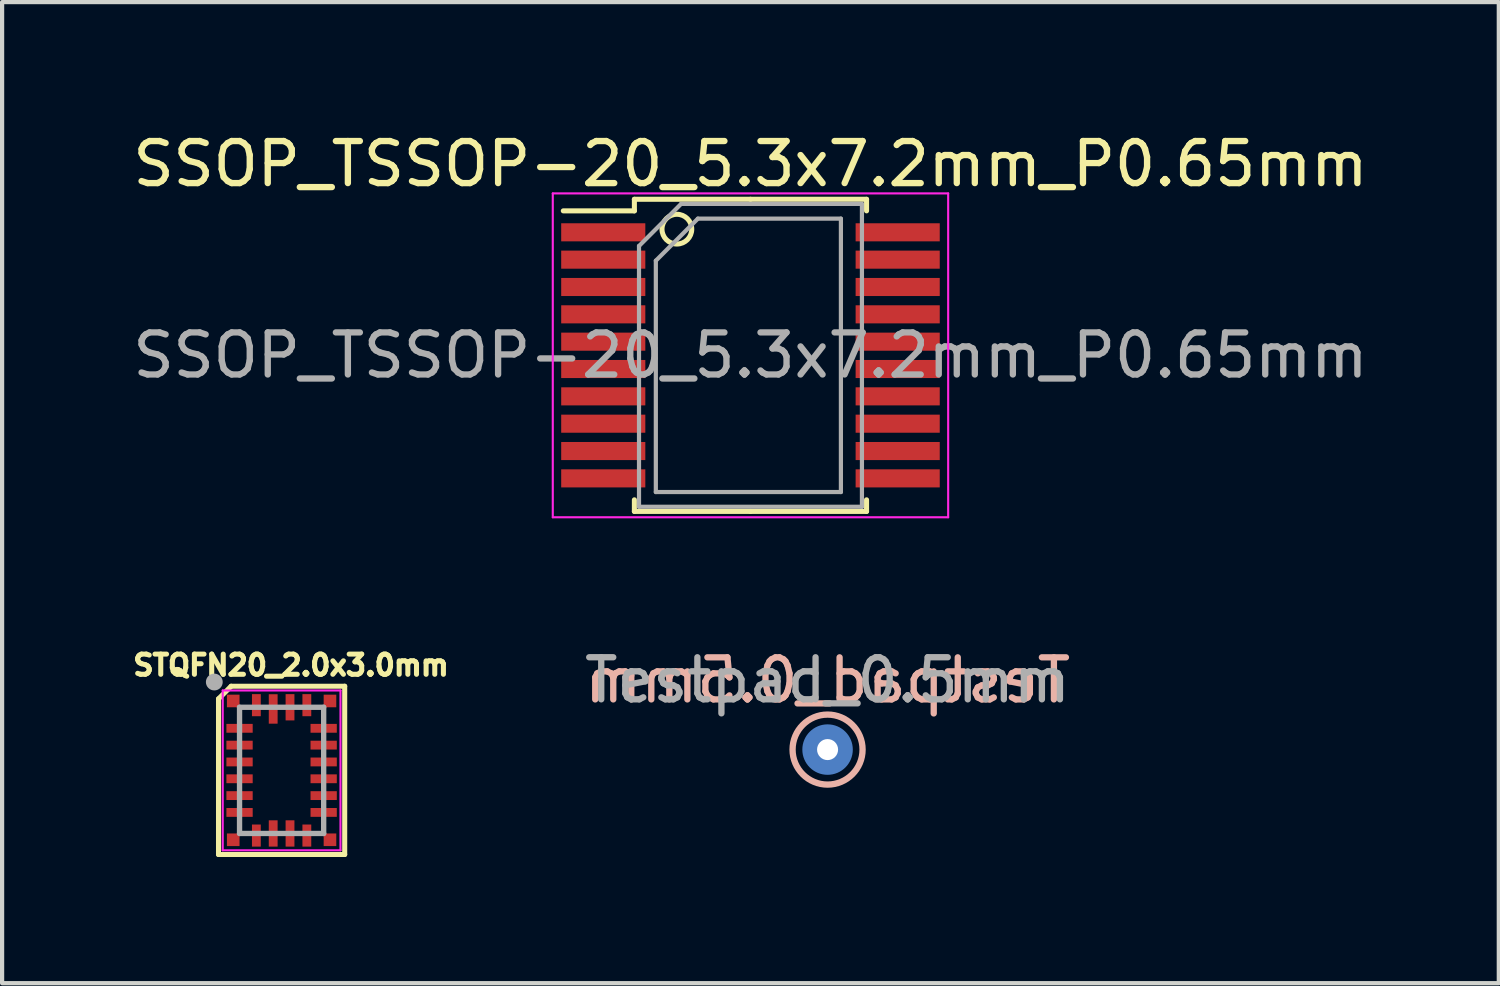
<source format=kicad_pcb>
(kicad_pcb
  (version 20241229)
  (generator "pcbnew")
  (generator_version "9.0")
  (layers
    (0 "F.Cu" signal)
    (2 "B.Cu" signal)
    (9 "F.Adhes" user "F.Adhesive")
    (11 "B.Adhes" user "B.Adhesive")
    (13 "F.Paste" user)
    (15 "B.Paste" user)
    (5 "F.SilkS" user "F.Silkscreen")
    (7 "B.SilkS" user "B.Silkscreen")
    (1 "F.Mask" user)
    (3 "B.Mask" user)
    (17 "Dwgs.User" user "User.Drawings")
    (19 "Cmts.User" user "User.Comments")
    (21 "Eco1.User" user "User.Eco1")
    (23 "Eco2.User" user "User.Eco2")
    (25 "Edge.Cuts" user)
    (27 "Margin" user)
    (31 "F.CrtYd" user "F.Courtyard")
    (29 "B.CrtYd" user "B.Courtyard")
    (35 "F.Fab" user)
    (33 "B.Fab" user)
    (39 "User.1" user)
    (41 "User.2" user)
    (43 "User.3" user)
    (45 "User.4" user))
  (footprint "STQFN20_2.0x3.0mm"
    (layer "F.Cu")
    (at 3.645 15.265)
    (property "Reference" "STQFN20_2.0x3.0mm" (at 0.224 -2.5 0) (layer "F.SilkS") (effects (font (size 0.48 0.48) (thickness 0.15))))
    (attr through_hole)
    (fp_line (start -1.5 -1.7) (end -1.2 -2) (stroke (width 0.12) (type solid)) (layer "F.SilkS"))
    (fp_line (start -1.5 2) (end -1.5 -1.7) (stroke (width 0.12) (type solid)) (layer "F.SilkS"))
    (fp_line (start -1.2 -2) (end 1.5 -2) (stroke (width 0.12) (type solid)) (layer "F.SilkS"))
    (fp_line (start 1.5 -2) (end 1.5 2) (stroke (width 0.12) (type solid)) (layer "F.SilkS"))
    (fp_line (start 1.5 2) (end -1.5 2) (stroke (width 0.12) (type solid)) (layer "F.SilkS"))
    (fp_line (start -1.4 -1.9) (end -1.4 1.9) (stroke (width 0.05) (type solid)) (layer "F.CrtYd"))
    (fp_line (start -1.4 1.9) (end 1.4 1.9) (stroke (width 0.05) (type solid)) (layer "F.CrtYd"))
    (fp_line (start 1.4 -1.9) (end -1.4 -1.9) (stroke (width 0.05) (type solid)) (layer "F.CrtYd"))
    (fp_line (start 1.4 1.9) (end 1.4 -1.9) (stroke (width 0.05) (type solid)) (layer "F.CrtYd"))
    (fp_line (start -1 -1.5) (end 1 -1.5) (stroke (width 0.127) (type solid)) (layer "F.Fab"))
    (fp_line (start -1 1.5) (end -1 -1.5) (stroke (width 0.127) (type solid)) (layer "F.Fab"))
    (fp_line (start 1 -1.5) (end 1 1.5) (stroke (width 0.127) (type solid)) (layer "F.Fab"))
    (fp_line (start 1 1.5) (end -1 1.5) (stroke (width 0.127) (type solid)) (layer "F.Fab"))
    (fp_circle (center -1.6 -2.1) (end -1.5 -2.1) (stroke (width 0.2) (type solid)) (fill no) (layer "F.Fab"))
    (pad "1" smd rect (at -1 -1) (size 0.625 0.21) (layers "F.Cu" "F.Mask" "F.Paste"))
    (pad "2" smd rect (at -1 -0.6) (size 0.625 0.21) (layers "F.Cu" "F.Mask" "F.Paste"))
    (pad "3" smd rect (at -1 -0.2) (size 0.625 0.21) (layers "F.Cu" "F.Mask" "F.Paste"))
    (pad "4" smd rect (at -1 0.2) (size 0.625 0.21) (layers "F.Cu" "F.Mask" "F.Paste"))
    (pad "5" smd rect (at -1 0.6) (size 0.625 0.21) (layers "F.Cu" "F.Mask" "F.Paste"))
    (pad "6" smd rect (at -1 1) (size 0.625 0.21) (layers "F.Cu" "F.Mask" "F.Paste"))
    (pad "7" smd rect (at -0.6 1.55 270) (size 0.525 0.21) (layers "F.Cu" "F.Mask" "F.Paste"))
    (pad "8" smd rect (at -0.2 1.5 90) (size 0.625 0.21) (layers "F.Cu" "F.Mask" "F.Paste"))
    (pad "9" smd rect (at 0.2 1.5 90) (size 0.625 0.21) (layers "F.Cu" "F.Mask" "F.Paste"))
    (pad "10" smd rect (at 0.6 1.55 270) (size 0.525 0.21) (layers "F.Cu" "F.Mask" "F.Paste"))
    (pad "11" smd rect (at 1 1) (size 0.625 0.21) (layers "F.Cu" "F.Mask" "F.Paste"))
    (pad "12" smd rect (at 1 0.6) (size 0.625 0.21) (layers "F.Cu" "F.Mask" "F.Paste"))
    (pad "13" smd rect (at 1 0.2) (size 0.625 0.21) (layers "F.Cu" "F.Mask" "F.Paste"))
    (pad "14" smd rect (at 1 -0.2) (size 0.625 0.21) (layers "F.Cu" "F.Mask" "F.Paste"))
    (pad "15" smd rect (at 1 -0.6) (size 0.625 0.21) (layers "F.Cu" "F.Mask" "F.Paste"))
    (pad "16" smd rect (at 1 -1) (size 0.625 0.21) (layers "F.Cu" "F.Mask" "F.Paste"))
    (pad "17" smd rect (at 0.6 -1.55 270) (size 0.525 0.21) (layers "F.Cu" "F.Mask" "F.Paste"))
    (pad "18" smd rect (at 0.2 -1.5 90) (size 0.625 0.21) (layers "F.Cu" "F.Mask" "F.Paste"))
    (pad "19" smd rect (at -0.2 -1.46 270) (size 0.7 0.21) (layers "F.Cu" "F.Mask" "F.Paste"))
    (pad "20" smd rect (at -0.6 -1.55 270) (size 0.525 0.21) (layers "F.Cu" "F.Mask" "F.Paste"))
    (pad "~" smd rect (at -1.15 -1.65) (size 0.3 0.3) (layers "F.Cu" "F.Mask"))
    (pad "~" smd rect (at -1.15 1.65) (size 0.3 0.3) (layers "F.Cu" "F.Mask"))
    (pad "~" smd rect (at 1.15 -1.65) (size 0.3 0.3) (layers "F.Cu" "F.Mask"))
    (pad "~" smd rect (at 1.15 1.65) (size 0.3 0.3) (layers "F.Cu" "F.Mask")))
  (footprint "Testpad_0.5mm"
    (layer "F.Cu")
    (at 16.625 14.771)
    (property "Reference" "Testpad_0.5mm" (at 0 -1.648 0) (layer "B.SilkS") (effects (font (size 1 1) (thickness 0.15)) (justify mirror)))
    (attr exclude_from_pos_files exclude_from_bom)
    (fp_circle (center 0 0) (end 0.7 0.45) (stroke (width 0.15) (type solid)) (fill no) (layer "B.SilkS"))
    (fp_text user "${REFERENCE}" (at 0 -1.65 0) (layer "F.Fab") (effects (font (size 1 1) (thickness 0.15))))
    (pad "1" thru_hole circle (at 0 0) (size 0.9 0.9) (drill 0.5) (layers "*.Cu" "*.Mask"))
    (pad "1" smd circle (at 0 0) (size 1.2 1.2) (layers "B.Cu" "B.Mask")))
  (footprint "SSOP_TSSOP-20_5.3x7.2mm_P0.65mm"
    (layer "F.Cu")
    (at 14.792 5.398)
    (property "Reference" "SSOP_TSSOP-20_5.3x7.2mm_P0.65mm" (at 0 -4.55 0) (layer "F.SilkS") (effects (font (size 1 1) (thickness 0.15))))
    (attr smd)
    (fp_line (start -2.76 -3.71) (end -2.76 -3.435) (stroke (width 0.12) (type solid)) (layer "F.SilkS"))
    (fp_line (start -2.76 -3.435) (end -4.45 -3.435) (stroke (width 0.12) (type solid)) (layer "F.SilkS"))
    (fp_line (start -2.76 3.71) (end -2.76 3.435) (stroke (width 0.12) (type solid)) (layer "F.SilkS"))
    (fp_line (start 0 -3.71) (end -2.76 -3.71) (stroke (width 0.12) (type solid)) (layer "F.SilkS"))
    (fp_line (start 0 -3.71) (end 2.76 -3.71) (stroke (width 0.12) (type solid)) (layer "F.SilkS"))
    (fp_line (start 0 3.71) (end -2.76 3.71) (stroke (width 0.12) (type solid)) (layer "F.SilkS"))
    (fp_line (start 0 3.71) (end 2.76 3.71) (stroke (width 0.12) (type solid)) (layer "F.SilkS"))
    (fp_line (start 2.76 -3.71) (end 2.76 -3.435) (stroke (width 0.12) (type solid)) (layer "F.SilkS"))
    (fp_line (start 2.76 3.71) (end 2.76 3.435) (stroke (width 0.12) (type solid)) (layer "F.SilkS"))
    (fp_circle (center -1.75 -3) (end -1.5 -2.75) (stroke (width 0.12) (type solid)) (fill no) (layer "F.SilkS"))
    (fp_line (start -4.7 -3.85) (end -4.7 3.85) (stroke (width 0.05) (type solid)) (layer "F.CrtYd"))
    (fp_line (start -4.7 3.85) (end 4.7 3.85) (stroke (width 0.05) (type solid)) (layer "F.CrtYd"))
    (fp_line (start 4.7 -3.85) (end -4.7 -3.85) (stroke (width 0.05) (type solid)) (layer "F.CrtYd"))
    (fp_line (start 4.7 3.85) (end 4.7 -3.85) (stroke (width 0.05) (type solid)) (layer "F.CrtYd"))
    (fp_line (start -2.65 -2.6) (end -1.65 -3.6) (stroke (width 0.1) (type solid)) (layer "F.Fab"))
    (fp_line (start -2.65 3.6) (end -2.65 -2.6) (stroke (width 0.1) (type solid)) (layer "F.Fab"))
    (fp_line (start -2.25 -2.25) (end -1.25 -3.25) (stroke (width 0.1) (type solid)) (layer "F.Fab"))
    (fp_line (start -2.25 3.25) (end -2.25 -2.25) (stroke (width 0.1) (type solid)) (layer "F.Fab"))
    (fp_line (start -1.65 -3.6) (end 2.65 -3.6) (stroke (width 0.1) (type solid)) (layer "F.Fab"))
    (fp_line (start -1.25 -3.25) (end 2.15 -3.25) (stroke (width 0.1) (type solid)) (layer "F.Fab"))
    (fp_line (start 2.15 -3.25) (end 2.15 3.25) (stroke (width 0.1) (type solid)) (layer "F.Fab"))
    (fp_line (start 2.15 3.25) (end -2.25 3.25) (stroke (width 0.1) (type solid)) (layer "F.Fab"))
    (fp_line (start 2.65 -3.6) (end 2.65 3.6) (stroke (width 0.1) (type solid)) (layer "F.Fab"))
    (fp_line (start 2.65 3.6) (end -2.65 3.6) (stroke (width 0.1) (type solid)) (layer "F.Fab"))
    (fp_text user "${REFERENCE}" (at 0 0 0) (layer "F.Fab") (effects (font (size 1 1) (thickness 0.15))))
    (pad "1" smd rect (at -3.5 -2.925) (size 2 0.43) (layers "F.Cu" "F.Mask" "F.Paste"))
    (pad "2" smd rect (at -3.5 -2.275) (size 2 0.43) (layers "F.Cu" "F.Mask" "F.Paste"))
    (pad "3" smd rect (at -3.5 -1.625) (size 2 0.43) (layers "F.Cu" "F.Mask" "F.Paste"))
    (pad "4" smd rect (at -3.5 -0.975) (size 2 0.43) (layers "F.Cu" "F.Mask" "F.Paste"))
    (pad "5" smd rect (at -3.5 -0.325) (size 2 0.43) (layers "F.Cu" "F.Mask" "F.Paste"))
    (pad "6" smd rect (at -3.5 0.325) (size 2 0.43) (layers "F.Cu" "F.Mask" "F.Paste"))
    (pad "7" smd rect (at -3.5 0.975) (size 2 0.43) (layers "F.Cu" "F.Mask" "F.Paste"))
    (pad "8" smd rect (at -3.5 1.625) (size 2 0.43) (layers "F.Cu" "F.Mask" "F.Paste"))
    (pad "9" smd rect (at -3.5 2.275) (size 2 0.43) (layers "F.Cu" "F.Mask" "F.Paste"))
    (pad "10" smd rect (at -3.5 2.925) (size 2 0.43) (layers "F.Cu" "F.Mask" "F.Paste"))
    (pad "11" smd rect (at 3.5 2.925) (size 2 0.43) (layers "F.Cu" "F.Mask" "F.Paste"))
    (pad "12" smd rect (at 3.5 2.275) (size 2 0.43) (layers "F.Cu" "F.Mask" "F.Paste"))
    (pad "13" smd rect (at 3.5 1.625) (size 2 0.43) (layers "F.Cu" "F.Mask" "F.Paste"))
    (pad "14" smd rect (at 3.5 0.975) (size 2 0.43) (layers "F.Cu" "F.Mask" "F.Paste"))
    (pad "15" smd rect (at 3.5 0.325) (size 2 0.43) (layers "F.Cu" "F.Mask" "F.Paste"))
    (pad "16" smd rect (at 3.5 -0.325) (size 2 0.43) (layers "F.Cu" "F.Mask" "F.Paste"))
    (pad "17" smd rect (at 3.5 -0.975) (size 2 0.43) (layers "F.Cu" "F.Mask" "F.Paste"))
    (pad "18" smd rect (at 3.5 -1.625) (size 2 0.43) (layers "F.Cu" "F.Mask" "F.Paste"))
    (pad "19" smd rect (at 3.5 -2.275) (size 2 0.43) (layers "F.Cu" "F.Mask" "F.Paste"))
    (pad "20" smd rect (at 3.5 -2.925) (size 2 0.43) (layers "F.Cu" "F.Mask" "F.Paste")))
  (gr_rect
    (start -3 -3)
    (end 32.583 20.325)
    (stroke (width 0.1) (type default))
    (fill no)
    (layer "Edge.Cuts")))
</source>
